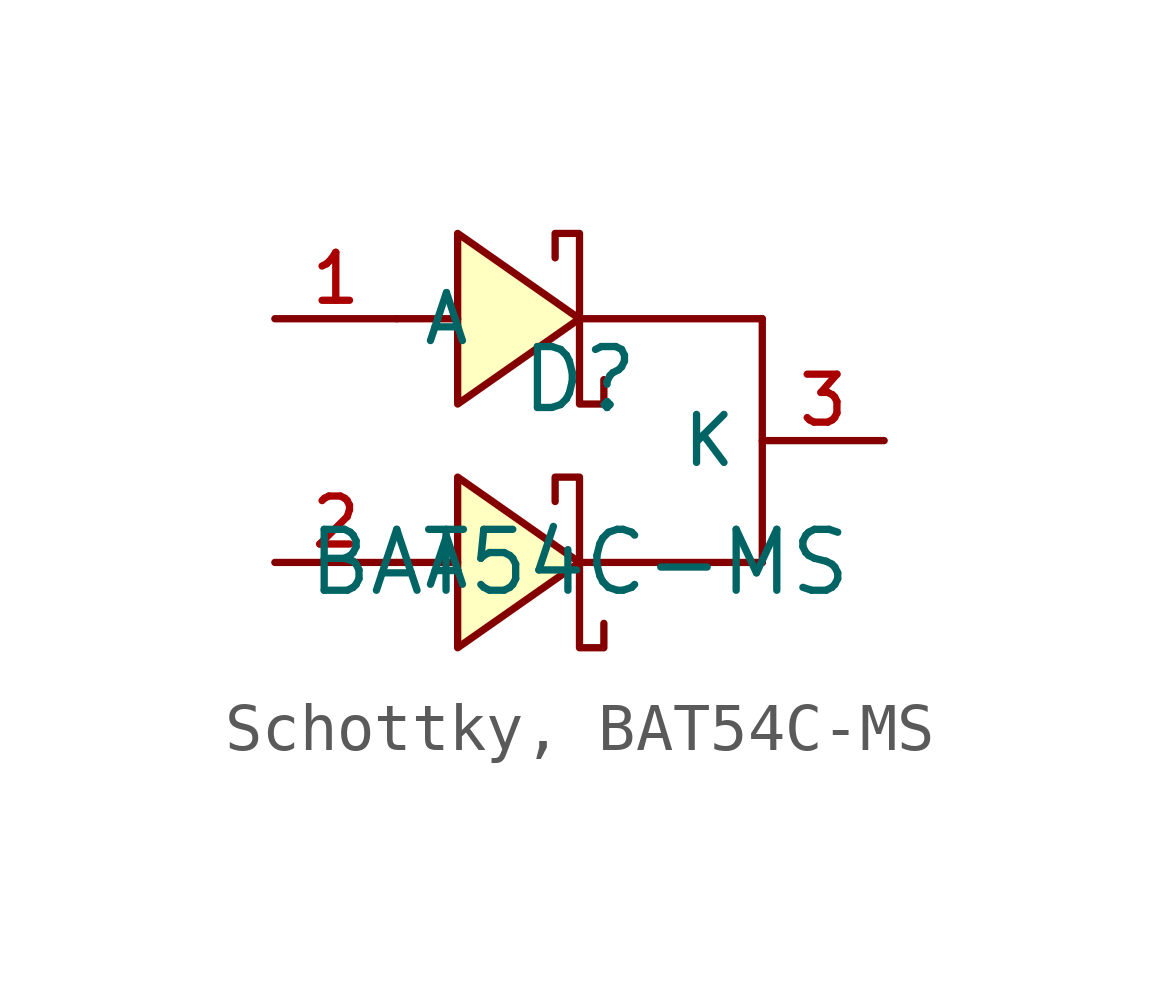
<source format=kicad_sym>
(kicad_symbol_lib
  (version 20231120)
  (generator "CDFER_Archive_Tool")
  (generator_version "0.0")
  (symbol "Schottky, BAT54C-MS"
    (property "Reference" "D"
      (at -1.27 1.27 0)
      (effects (font (size 1.27 1.27))))
    (property "Value" "BAT54C-MS"
      (at -1.27 -2.54 0)
      (effects (font (size 1.27 1.27))))
    (symbol "Schottky, BAT54C-MS_0_1"
      (polyline (pts (xy -5.08 -2.54) (xy -3.81 -2.54)) (stroke (width 0) (type default)) (fill (type none)))
      (polyline (pts (xy -5.08 2.54) (xy -3.81 2.54)) (stroke (width 0) (type default)) (fill (type none)))
      (polyline (pts (xy -1.27 -2.54) (xy 2.54 -2.54)) (stroke (width 0) (type default)) (fill (type none)))
      (polyline (pts (xy -1.27 2.54) (xy 2.54 2.54)) (stroke (width 0) (type default)) (fill (type none)))
      (polyline (pts (xy 2.54 -2.54) (xy 2.54 2.54)) (stroke (width 0) (type default)) (fill (type none)))
      (polyline (pts (xy -3.81 -4.318) (xy -1.27 -2.54) (xy -3.81 -0.762) (xy -3.81 -4.318)) (stroke (width 0) (type default)) (fill (type background)))
      (polyline (pts (xy -3.81 0.762) (xy -1.27 2.54) (xy -3.81 4.318) (xy -3.81 0.762)) (stroke (width 0) (type default)) (fill (type background)))
      (polyline (pts (xy -0.762 -3.81) (xy -0.762 -4.318) (xy -1.27 -4.318) (xy -1.27 -0.762) (xy -1.778 -0.762) (xy -1.778 -1.27)) (stroke (width 0) (type default)) (fill (type none)))
      (polyline (pts (xy -0.762 1.27) (xy -0.762 0.762) (xy -1.27 0.762) (xy -1.27 4.318) (xy -1.778 4.318) (xy -1.778 3.81)) (stroke (width 0) (type default)) (fill (type none)))
      (pin unspecified line (at -7.62 2.54 0) (length 2.54) (name "A" (effects (font (size 1 1)))) (number "1" (effects (font (size 1 1)))))
      (pin unspecified line (at -7.62 -2.54 0) (length 2.54) (name "A" (effects (font (size 1 1)))) (number "2" (effects (font (size 1 1)))))
      (pin unspecified line (at 5.08 0 180) (length 2.54) (name "K" (effects (font (size 1 1)))) (number "3" (effects (font (size 1 1))))))))
</source>
